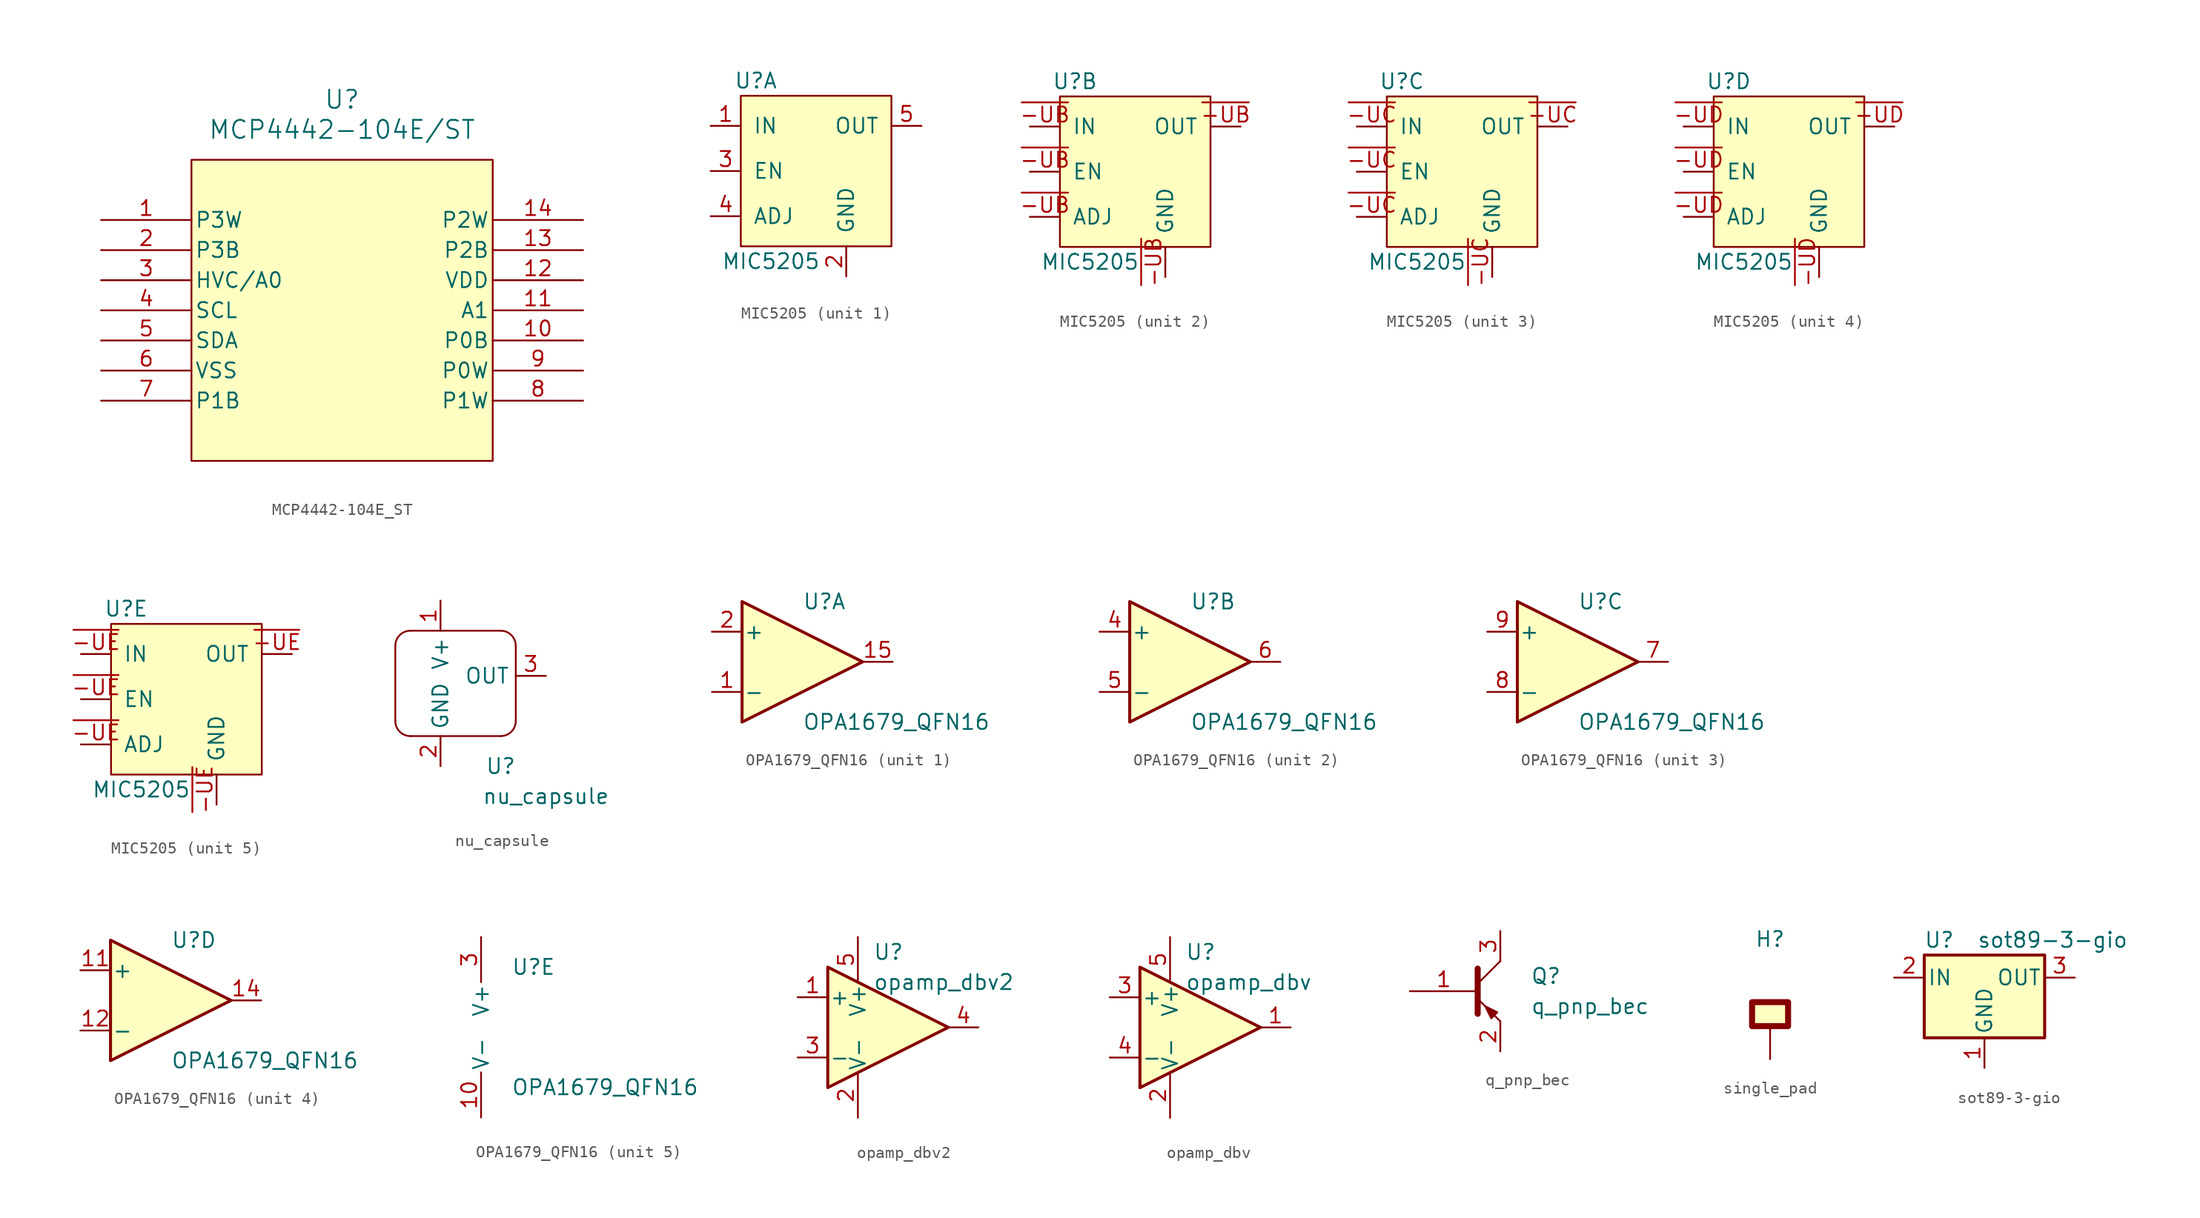
<source format=kicad_sym>
(kicad_symbol_lib
  (version 20241209)
  (generator "kicad_symbol_editor")
  (generator_version "9.0")
  (symbol "MCP4442-104E_ST"
    (pin_names
      (offset 0.254))
    (property "Reference" "U"
      (at 20.32 10.16 0)
      (effects (font (size 1.524 1.524))))
    (property "Value" "MCP4442-104E/ST"
      (at 20.32 7.62 0)
      (effects (font (size 1.524 1.524))))
    (symbol "MCP4442-104E_ST_0_1"
      (pin unspecified line (at 0 0 0) (length 7.62) (name "P3W" (effects (font (size 1.27 1.27)))) (number "1" (effects (font (size 1.27 1.27)))))
      (pin unspecified line (at 0 -2.54 0) (length 7.62) (name "P3B" (effects (font (size 1.27 1.27)))) (number "2" (effects (font (size 1.27 1.27)))))
      (pin input line (at 0 -5.08 0) (length 7.62) (name "HVC/A0" (effects (font (size 1.27 1.27)))) (number "3" (effects (font (size 1.27 1.27)))))
      (pin input line (at 0 -7.62 0) (length 7.62) (name "SCL" (effects (font (size 1.27 1.27)))) (number "4" (effects (font (size 1.27 1.27)))))
      (pin input line (at 0 -10.16 0) (length 7.62) (name "SDA" (effects (font (size 1.27 1.27)))) (number "5" (effects (font (size 1.27 1.27)))))
      (pin power_in line (at 0 -12.7 0) (length 7.62) (name "VSS" (effects (font (size 1.27 1.27)))) (number "6" (effects (font (size 1.27 1.27)))))
      (pin unspecified line (at 0 -15.24 0) (length 7.62) (name "P1B" (effects (font (size 1.27 1.27)))) (number "7" (effects (font (size 1.27 1.27)))))
      (pin unspecified line (at 40.64 0 180) (length 7.62) (name "P2W" (effects (font (size 1.27 1.27)))) (number "14" (effects (font (size 1.27 1.27)))))
      (pin unspecified line (at 40.64 -2.54 180) (length 7.62) (name "P2B" (effects (font (size 1.27 1.27)))) (number "13" (effects (font (size 1.27 1.27)))))
      (pin power_in line (at 40.64 -5.08 180) (length 7.62) (name "VDD" (effects (font (size 1.27 1.27)))) (number "12" (effects (font (size 1.27 1.27)))))
      (pin input line (at 40.64 -7.62 180) (length 7.62) (name "A1" (effects (font (size 1.27 1.27)))) (number "11" (effects (font (size 1.27 1.27)))))
      (pin unspecified line (at 40.64 -10.16 180) (length 7.62) (name "P0B" (effects (font (size 1.27 1.27)))) (number "10" (effects (font (size 1.27 1.27)))))
      (pin unspecified line (at 40.64 -12.7 180) (length 7.62) (name "P0W" (effects (font (size 1.27 1.27)))) (number "9" (effects (font (size 1.27 1.27)))))
      (pin unspecified line (at 40.64 -15.24 180) (length 7.62) (name "P1W" (effects (font (size 1.27 1.27)))) (number "8" (effects (font (size 1.27 1.27))))))
    (symbol "MCP4442-104E_ST_1_1"
      (rectangle (start 7.62 5.08) (end 33.02 -20.32) (stroke (width 0) (type solid)) (fill (type color) (color 255 255 194 1)))))
  (symbol "MIC5205"
    (pin_names
      (offset 1.016))
    (property "Reference" "U"
      (at -5.08 7.62 0)
      (effects (font (size 1.27 1.27))))
    (property "Value" "MIC5205"
      (at -3.81 -7.62 0)
      (effects (font (size 1.27 1.27))))
    (symbol "MIC5205_0_1"
      (rectangle (start -6.35 6.35) (end 6.35 -6.35) (stroke (width 0) (type default)) (fill (type background))))
    (symbol "MIC5205_1_1"
      (pin input line (at -8.89 3.81 0) (length 2.54) (name "IN" (effects (font (size 1.27 1.27)))) (number "1" (effects (font (size 1.27 1.27)))))
      (pin input line (at -8.89 0 0) (length 2.54) (name "EN" (effects (font (size 1.27 1.27)))) (number "3" (effects (font (size 1.27 1.27)))))
      (pin input line (at -8.89 -3.81 0) (length 2.54) (name "ADJ" (effects (font (size 1.27 1.27)))) (number "4" (effects (font (size 1.27 1.27)))))
      (pin input line (at 2.54 -8.89 90) (length 2.54) (name "GND" (effects (font (size 1.27 1.27)))) (number "2" (effects (font (size 1.27 1.27)))))
      (pin input line (at 8.89 3.81 180) (length 2.54) (name "OUT" (effects (font (size 1.27 1.27)))) (number "5" (effects (font (size 1.27 1.27))))))
    (symbol "MIC5205_2_1"
      (pin input line (at -8.89 3.81 0) (length 2.54) (name "IN" (effects (font (size 1.27 1.27)))) (number "~{-UB}" (effects (font (size 1.27 1.27)))))
      (pin input line (at -8.89 0 0) (length 2.54) (name "EN" (effects (font (size 1.27 1.27)))) (number "~{-UB}" (effects (font (size 1.27 1.27)))))
      (pin input line (at -8.89 -3.81 0) (length 2.54) (name "ADJ" (effects (font (size 1.27 1.27)))) (number "~{-UB}" (effects (font (size 1.27 1.27)))))
      (pin input line (at 2.54 -8.89 90) (length 2.54) (name "GND" (effects (font (size 1.27 1.27)))) (number "~{-UB}" (effects (font (size 1.27 1.27)))))
      (pin input line (at 8.89 3.81 180) (length 2.54) (name "OUT" (effects (font (size 1.27 1.27)))) (number "~{-UB}" (effects (font (size 1.27 1.27))))))
    (symbol "MIC5205_3_1"
      (pin input line (at -8.89 3.81 0) (length 2.54) (name "IN" (effects (font (size 1.27 1.27)))) (number "~{-UC}" (effects (font (size 1.27 1.27)))))
      (pin input line (at -8.89 0 0) (length 2.54) (name "EN" (effects (font (size 1.27 1.27)))) (number "~{-UC}" (effects (font (size 1.27 1.27)))))
      (pin input line (at -8.89 -3.81 0) (length 2.54) (name "ADJ" (effects (font (size 1.27 1.27)))) (number "~{-UC}" (effects (font (size 1.27 1.27)))))
      (pin input line (at 2.54 -8.89 90) (length 2.54) (name "GND" (effects (font (size 1.27 1.27)))) (number "~{-UC}" (effects (font (size 1.27 1.27)))))
      (pin input line (at 8.89 3.81 180) (length 2.54) (name "OUT" (effects (font (size 1.27 1.27)))) (number "~{-UC}" (effects (font (size 1.27 1.27))))))
    (symbol "MIC5205_4_1"
      (pin input line (at -8.89 3.81 0) (length 2.54) (name "IN" (effects (font (size 1.27 1.27)))) (number "~{-UD}" (effects (font (size 1.27 1.27)))))
      (pin input line (at -8.89 0 0) (length 2.54) (name "EN" (effects (font (size 1.27 1.27)))) (number "~{-UD}" (effects (font (size 1.27 1.27)))))
      (pin input line (at -8.89 -3.81 0) (length 2.54) (name "ADJ" (effects (font (size 1.27 1.27)))) (number "~{-UD}" (effects (font (size 1.27 1.27)))))
      (pin input line (at 2.54 -8.89 90) (length 2.54) (name "GND" (effects (font (size 1.27 1.27)))) (number "~{-UD}" (effects (font (size 1.27 1.27)))))
      (pin input line (at 8.89 3.81 180) (length 2.54) (name "OUT" (effects (font (size 1.27 1.27)))) (number "~{-UD}" (effects (font (size 1.27 1.27))))))
    (symbol "MIC5205_5_1"
      (pin input line (at -8.89 3.81 0) (length 2.54) (name "IN" (effects (font (size 1.27 1.27)))) (number "~{-UE}" (effects (font (size 1.27 1.27)))))
      (pin input line (at -8.89 0 0) (length 2.54) (name "EN" (effects (font (size 1.27 1.27)))) (number "~{-UE}" (effects (font (size 1.27 1.27)))))
      (pin input line (at -8.89 -3.81 0) (length 2.54) (name "ADJ" (effects (font (size 1.27 1.27)))) (number "~{-UE}" (effects (font (size 1.27 1.27)))))
      (pin input line (at 2.54 -8.89 90) (length 2.54) (name "GND" (effects (font (size 1.27 1.27)))) (number "~{-UE}" (effects (font (size 1.27 1.27)))))
      (pin input line (at 8.89 3.81 180) (length 2.54) (name "OUT" (effects (font (size 1.27 1.27)))) (number "~{-UE}" (effects (font (size 1.27 1.27)))))))
  (symbol "nu_capsule"
    (property "Reference" "U"
      (at 5.08 -7.62 0)
      (effects (font (size 1.27 1.27))))
    (property "Value" "nu_capsule"
      (at 8.89 -10.16 0)
      (effects (font (size 1.27 1.27))))
    (symbol "nu_capsule_0_1"
      (polyline (pts (xy -3.81 2.54) (xy -3.81 -3.81)) (stroke (width 0.152) (type default)) (fill (type none)))
      (polyline (pts (xy -2.54 3.81) (xy 5.08 3.81)) (stroke (width 0.152) (type default)) (fill (type none)))
      (polyline (pts (xy -2.54 -5.08) (xy 5.08 -5.08)) (stroke (width 0.152) (type default)) (fill (type none)))
      (arc (start -3.81 2.54) (mid -3.438 3.438) (end -2.54 3.81) (stroke (width 0.1524) (type default)) (fill (type none)))
      (arc (start -2.54 -5.08) (mid -3.438 -4.708) (end -3.81 -3.81) (stroke (width 0.1524) (type default)) (fill (type none)))
      (arc (start 5.08 3.81) (mid 5.978 3.438) (end 6.35 2.54) (stroke (width 0.1524) (type default)) (fill (type none)))
      (arc (start 6.35 -3.81) (mid 5.978 -4.708) (end 5.08 -5.08) (stroke (width 0.1524) (type default)) (fill (type none)))
      (polyline (pts (xy 6.35 2.54) (xy 6.35 -3.81)) (stroke (width 0.152) (type default)) (fill (type none))))
    (symbol "nu_capsule_1_1"
      (pin power_in line (at 0 6.35 270) (length 2.54) (name "V+" (effects (font (size 1.27 1.27)))) (number "1" (effects (font (size 1.27 1.27)))))
      (pin power_in line (at 0 -7.62 90) (length 2.54) (name "GND" (effects (font (size 1.27 1.27)))) (number "2" (effects (font (size 1.27 1.27)))))
      (pin output line (at 8.89 0 180) (length 2.54) (name "OUT" (effects (font (size 1.27 1.27)))) (number "3" (effects (font (size 1.27 1.27)))))))
  (symbol "OPA1679_QFN16"
    (pin_names
      (offset 0.127))
    (property "Reference" "U"
      (at 0 5.08 0)
      (effects (font (size 1.27 1.27)) (justify left)))
    (property "Value" "OPA1679_QFN16"
      (at 0 -5.08 0)
      (effects (font (size 1.27 1.27)) (justify left)))
    (property "ki_locked" ""
      (at 0 0 0)
      (effects (font (size 1.27 1.27))))
    (symbol "OPA1679_QFN16_1_1"
      (polyline (pts (xy -5.08 5.08) (xy 5.08 0) (xy -5.08 -5.08) (xy -5.08 5.08)) (stroke (width 0.254) (type default)) (fill (type background)))
      (pin input line (at -7.62 2.54 0) (length 2.54) (name "+" (effects (font (size 1.27 1.27)))) (number "2" (effects (font (size 1.27 1.27)))))
      (pin input line (at -7.62 -2.54 0) (length 2.54) (name "-" (effects (font (size 1.27 1.27)))) (number "1" (effects (font (size 1.27 1.27)))))
      (pin output line (at 7.62 0 180) (length 2.54) (name "~" (effects (font (size 1.27 1.27)))) (number "15" (effects (font (size 1.27 1.27))))))
    (symbol "OPA1679_QFN16_2_1"
      (polyline (pts (xy -5.08 5.08) (xy 5.08 0) (xy -5.08 -5.08) (xy -5.08 5.08)) (stroke (width 0.254) (type default)) (fill (type background)))
      (pin input line (at -7.62 2.54 0) (length 2.54) (name "+" (effects (font (size 1.27 1.27)))) (number "4" (effects (font (size 1.27 1.27)))))
      (pin input line (at -7.62 -2.54 0) (length 2.54) (name "-" (effects (font (size 1.27 1.27)))) (number "5" (effects (font (size 1.27 1.27)))))
      (pin output line (at 7.62 0 180) (length 2.54) (name "~" (effects (font (size 1.27 1.27)))) (number "6" (effects (font (size 1.27 1.27))))))
    (symbol "OPA1679_QFN16_3_1"
      (polyline (pts (xy -5.08 5.08) (xy 5.08 0) (xy -5.08 -5.08) (xy -5.08 5.08)) (stroke (width 0.254) (type default)) (fill (type background)))
      (pin input line (at -7.62 2.54 0) (length 2.54) (name "+" (effects (font (size 1.27 1.27)))) (number "9" (effects (font (size 1.27 1.27)))))
      (pin input line (at -7.62 -2.54 0) (length 2.54) (name "-" (effects (font (size 1.27 1.27)))) (number "8" (effects (font (size 1.27 1.27)))))
      (pin output line (at 7.62 0 180) (length 2.54) (name "~" (effects (font (size 1.27 1.27)))) (number "7" (effects (font (size 1.27 1.27))))))
    (symbol "OPA1679_QFN16_4_1"
      (polyline (pts (xy -5.08 5.08) (xy 5.08 0) (xy -5.08 -5.08) (xy -5.08 5.08)) (stroke (width 0.254) (type default)) (fill (type background)))
      (pin input line (at -7.62 2.54 0) (length 2.54) (name "+" (effects (font (size 1.27 1.27)))) (number "11" (effects (font (size 1.27 1.27)))))
      (pin input line (at -7.62 -2.54 0) (length 2.54) (name "-" (effects (font (size 1.27 1.27)))) (number "12" (effects (font (size 1.27 1.27)))))
      (pin output line (at 7.62 0 180) (length 2.54) (name "~" (effects (font (size 1.27 1.27)))) (number "14" (effects (font (size 1.27 1.27))))))
    (symbol "OPA1679_QFN16_5_1"
      (pin power_in line (at -2.54 7.62 270) (length 3.81) (name "V+" (effects (font (size 1.27 1.27)))) (number "3" (effects (font (size 1.27 1.27)))))
      (pin power_in line (at -2.54 -7.62 90) (length 3.81) (name "V-" (effects (font (size 1.27 1.27)))) (number "10" (effects (font (size 1.27 1.27)))))))
  (symbol "opamp_dbv2"
    (pin_names
      (offset 0.127))
    (property "Reference" "U"
      (at -1.27 6.35 0)
      (effects (font (size 1.27 1.27)) (justify left)))
    (property "Value" "opamp_dbv2"
      (at -1.27 3.81 0)
      (effects (font (size 1.27 1.27)) (justify left)))
    (symbol "opamp_dbv2_0_1"
      (polyline (pts (xy -5.08 5.08) (xy 5.08 0) (xy -5.08 -5.08) (xy -5.08 5.08)) (stroke (width 0.254) (type default)) (fill (type background)))
      (pin power_in line (at -2.54 7.62 270) (length 3.81) (name "V+" (effects (font (size 1.27 1.27)))) (number "5" (effects (font (size 1.27 1.27)))))
      (pin power_in line (at -2.54 -7.62 90) (length 3.81) (name "V-" (effects (font (size 1.27 1.27)))) (number "2" (effects (font (size 1.27 1.27))))))
    (symbol "opamp_dbv2_1_1"
      (pin input line (at -7.62 2.54 0) (length 2.54) (name "+" (effects (font (size 1.27 1.27)))) (number "1" (effects (font (size 1.27 1.27)))))
      (pin input line (at -7.62 -2.54 0) (length 2.54) (name "-" (effects (font (size 1.27 1.27)))) (number "3" (effects (font (size 1.27 1.27)))))
      (pin output line (at 7.62 0 180) (length 2.54) (name "~" (effects (font (size 1.27 1.27)))) (number "4" (effects (font (size 1.27 1.27)))))))
  (symbol "opamp_dbv"
    (pin_names
      (offset 0.127))
    (property "Reference" "U"
      (at -1.27 6.35 0)
      (effects (font (size 1.27 1.27)) (justify left)))
    (property "Value" "opamp_dbv"
      (at -1.27 3.81 0)
      (effects (font (size 1.27 1.27)) (justify left)))
    (symbol "opamp_dbv_0_1"
      (polyline (pts (xy -5.08 5.08) (xy 5.08 0) (xy -5.08 -5.08) (xy -5.08 5.08)) (stroke (width 0.254) (type default)) (fill (type background)))
      (pin power_in line (at -2.54 7.62 270) (length 3.81) (name "V+" (effects (font (size 1.27 1.27)))) (number "5" (effects (font (size 1.27 1.27)))))
      (pin power_in line (at -2.54 -7.62 90) (length 3.81) (name "V-" (effects (font (size 1.27 1.27)))) (number "2" (effects (font (size 1.27 1.27))))))
    (symbol "opamp_dbv_1_1"
      (pin input line (at -7.62 2.54 0) (length 2.54) (name "+" (effects (font (size 1.27 1.27)))) (number "3" (effects (font (size 1.27 1.27)))))
      (pin input line (at -7.62 -2.54 0) (length 2.54) (name "-" (effects (font (size 1.27 1.27)))) (number "4" (effects (font (size 1.27 1.27)))))
      (pin output line (at 7.62 0 180) (length 2.54) (name "~" (effects (font (size 1.27 1.27)))) (number "1" (effects (font (size 1.27 1.27)))))))
  (symbol "q_pnp_bec"
    (pin_names
      (offset 0)
      (hide yes))
    (property "Reference" "Q"
      (at 5.08 1.27 0)
      (effects (font (size 1.27 1.27)) (justify left)))
    (property "Value" "q_pnp_bec"
      (at 5.08 -1.27 0)
      (effects (font (size 1.27 1.27)) (justify left)))
    (symbol "q_pnp_bec_0_1"
      (polyline (pts (xy 0.635 1.905) (xy 0.635 -1.905) (xy 0.635 -1.905)) (stroke (width 0.508) (type default)) (fill (type none)))
      (polyline (pts (xy 0.635 0.635) (xy 2.54 2.54)) (stroke (width 0) (type default)) (fill (type none)))
      (polyline (pts (xy 0.635 -0.635) (xy 2.54 -2.54) (xy 2.54 -2.54)) (stroke (width 0) (type default)) (fill (type none)))
      (polyline (pts (xy 2.286 -1.778) (xy 1.778 -2.286) (xy 1.27 -1.27) (xy 2.286 -1.778) (xy 2.286 -1.778)) (stroke (width 0) (type default)) (fill (type outline))))
    (symbol "q_pnp_bec_1_1"
      (pin input line (at -5.08 0 0) (length 5.715) (name "B" (effects (font (size 1.27 1.27)))) (number "1" (effects (font (size 1.27 1.27)))))
      (pin passive line (at 2.54 5.08 270) (length 2.54) (name "C" (effects (font (size 1.27 1.27)))) (number "3" (effects (font (size 1.27 1.27)))))
      (pin passive line (at 2.54 -5.08 90) (length 2.54) (name "E" (effects (font (size 1.27 1.27)))) (number "2" (effects (font (size 1.27 1.27)))))))
  (symbol "single_pad"
    (pin_numbers
      (hide yes))
    (pin_names
      (offset 1.016)
      (hide yes))
    (property "Reference" "H"
      (at 0 7.62 0)
      (effects (font (size 1.27 1.27))))
    (symbol "single_pad_0_1"
      (rectangle (start -1.524 2.286) (end 1.524 0.254) (stroke (width 0.508) (type default)) (fill (type background))))
    (symbol "single_pad_1_1"
      (pin input line (at 0 -2.54 90) (length 2.54) (name "1" (effects (font (size 1.27 1.27)))) (number "1" (effects (font (size 1.27 1.27)))))))
  (symbol "sot89-3-gio"
    (pin_names
      (offset 0.254))
    (property "Reference" "U"
      (at -3.81 3.175 0)
      (effects (font (size 1.27 1.27))))
    (property "Value" "sot89-3-gio"
      (at -0.635 3.175 0)
      (effects (font (size 1.27 1.27)) (justify left)))
    (symbol "sot89-3-gio_0_1"
      (rectangle (start -5.08 1.905) (end 5.08 -5.08) (stroke (width 0.254) (type default)) (fill (type background))))
    (symbol "sot89-3-gio_1_1"
      (pin power_in line (at -7.62 0 0) (length 2.54) (name "IN" (effects (font (size 1.27 1.27)))) (number "2" (effects (font (size 1.27 1.27)))))
      (pin power_in line (at 0 -7.62 90) (length 2.54) (name "GND" (effects (font (size 1.27 1.27)))) (number "1" (effects (font (size 1.27 1.27)))))
      (pin power_out line (at 7.62 0 180) (length 2.54) (name "OUT" (effects (font (size 1.27 1.27)))) (number "3" (effects (font (size 1.27 1.27))))))))
</source>
